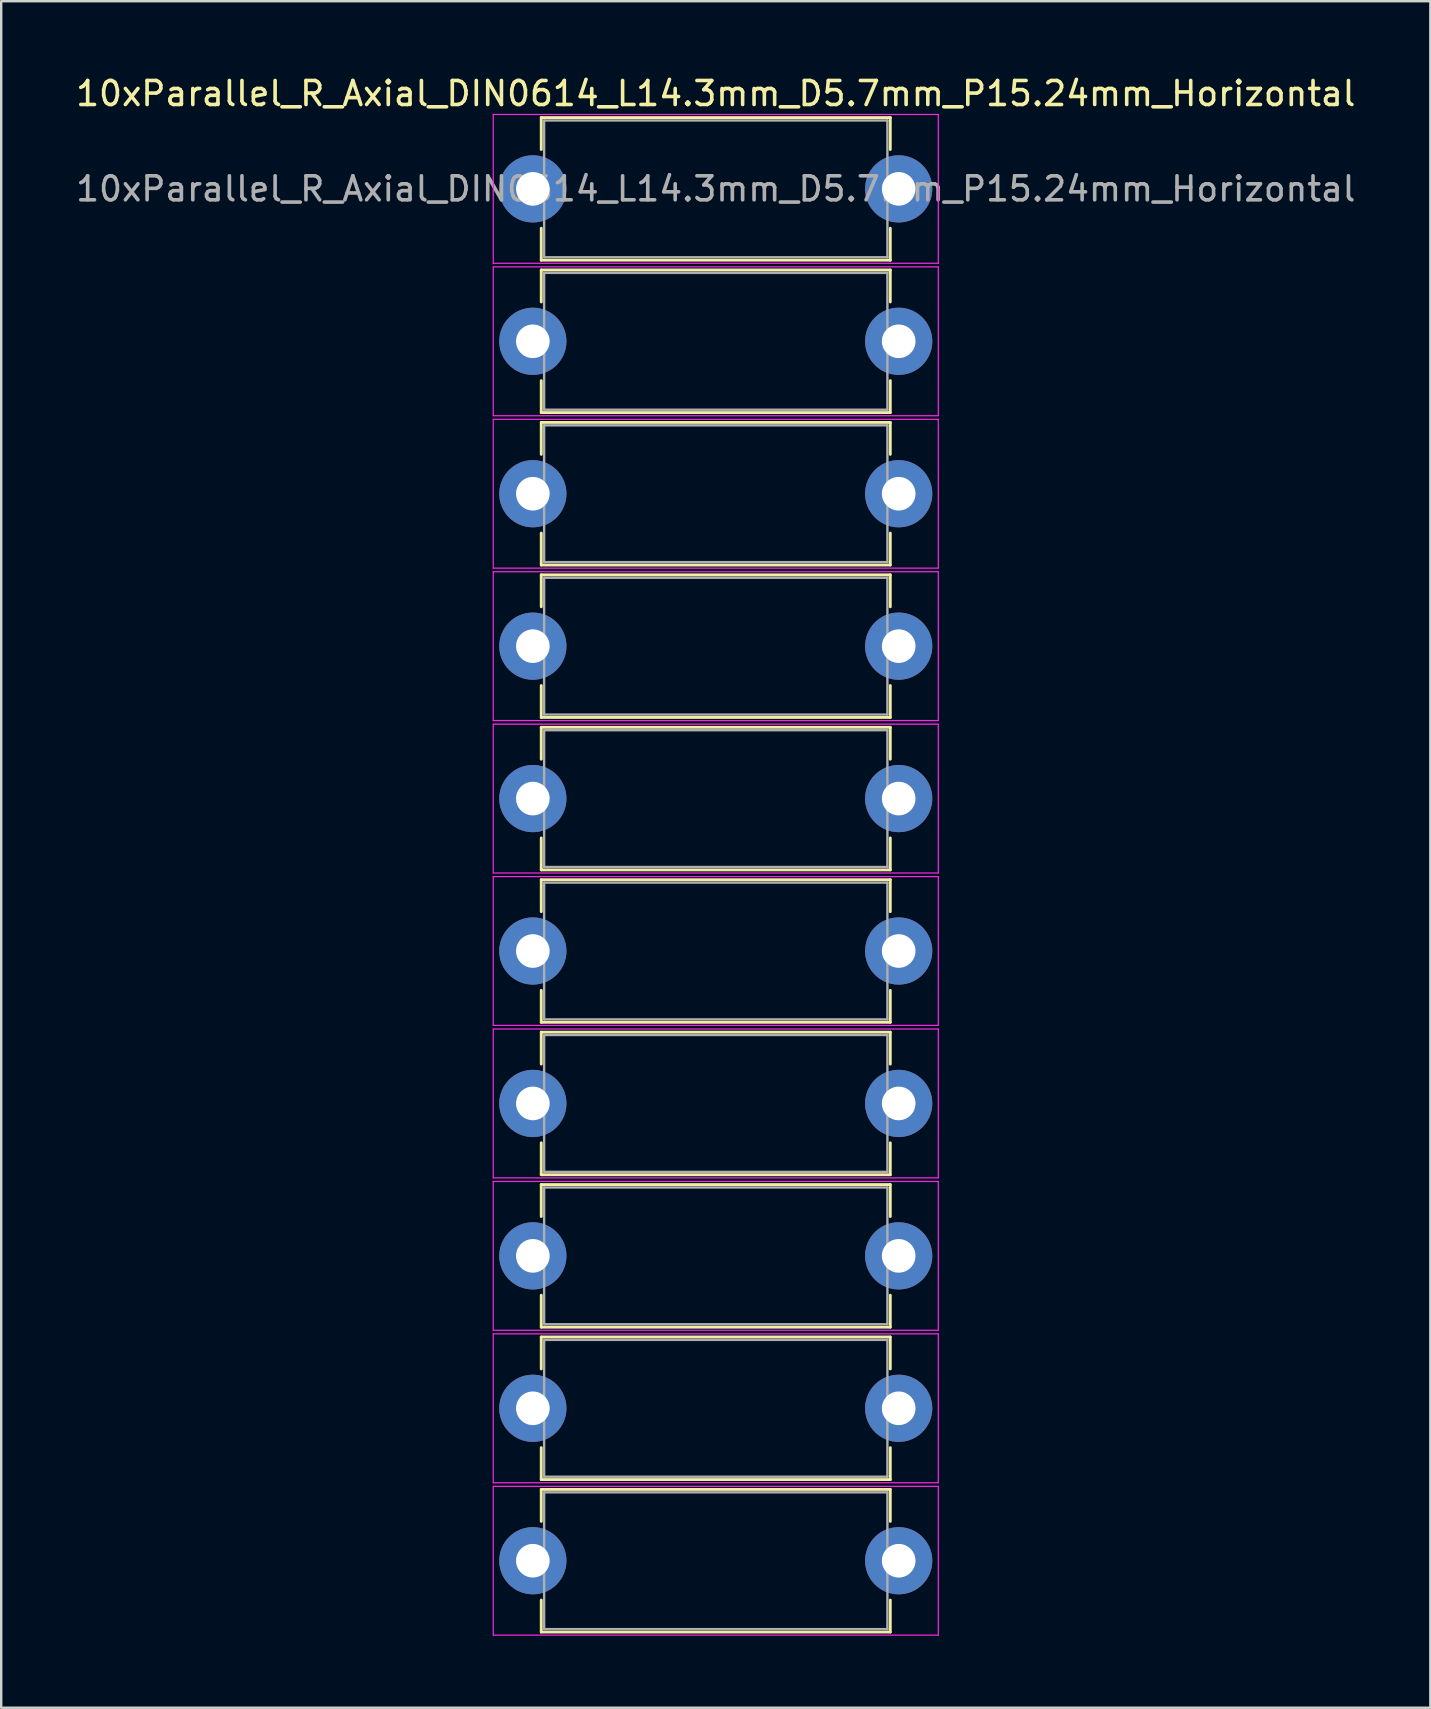
<source format=kicad_pcb>
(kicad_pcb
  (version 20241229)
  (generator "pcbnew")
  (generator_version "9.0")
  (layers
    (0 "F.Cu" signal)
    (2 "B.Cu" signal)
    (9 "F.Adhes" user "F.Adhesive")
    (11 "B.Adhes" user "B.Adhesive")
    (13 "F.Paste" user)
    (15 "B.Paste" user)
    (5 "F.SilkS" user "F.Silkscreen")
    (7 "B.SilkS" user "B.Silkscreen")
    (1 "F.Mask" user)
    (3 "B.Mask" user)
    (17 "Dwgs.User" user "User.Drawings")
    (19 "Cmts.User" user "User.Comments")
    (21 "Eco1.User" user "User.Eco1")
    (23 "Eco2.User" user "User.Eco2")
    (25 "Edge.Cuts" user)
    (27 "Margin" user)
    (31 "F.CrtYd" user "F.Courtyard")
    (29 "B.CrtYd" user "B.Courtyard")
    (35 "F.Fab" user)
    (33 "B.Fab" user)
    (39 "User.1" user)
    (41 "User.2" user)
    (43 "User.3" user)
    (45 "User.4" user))
  (footprint "10xParallel_R_Axial_DIN0614_L14.3mm_D5.7mm_P15.24mm_Horizontal"
    (layer "F.Cu")
    (at 19.148 4.818)
    (property "Reference" "10xParallel_R_Axial_DIN0614_L14.3mm_D5.7mm_P15.24mm_Horizontal" (at 7.62 -3.97 0) (layer "F.SilkS") (effects (font (size 1 1) (thickness 0.15))))
    (attr through_hole)
    (fp_line (start 0.35 -2.97) (end 14.89 -2.97) (stroke (width 0.12) (type solid)) (layer "F.SilkS"))
    (fp_line (start 0.35 -1.64) (end 0.35 -2.97) (stroke (width 0.12) (type solid)) (layer "F.SilkS"))
    (fp_line (start 0.35 1.64) (end 0.35 2.97) (stroke (width 0.12) (type solid)) (layer "F.SilkS"))
    (fp_line (start 0.35 2.97) (end 14.89 2.97) (stroke (width 0.12) (type solid)) (layer "F.SilkS"))
    (fp_line (start 0.35 3.38) (end 14.89 3.38) (stroke (width 0.12) (type solid)) (layer "F.SilkS"))
    (fp_line (start 0.35 4.71) (end 0.35 3.38) (stroke (width 0.12) (type solid)) (layer "F.SilkS"))
    (fp_line (start 0.35 7.99) (end 0.35 9.32) (stroke (width 0.12) (type solid)) (layer "F.SilkS"))
    (fp_line (start 0.35 9.32) (end 14.89 9.32) (stroke (width 0.12) (type solid)) (layer "F.SilkS"))
    (fp_line (start 0.35 9.73) (end 14.89 9.73) (stroke (width 0.12) (type solid)) (layer "F.SilkS"))
    (fp_line (start 0.35 11.06) (end 0.35 9.73) (stroke (width 0.12) (type solid)) (layer "F.SilkS"))
    (fp_line (start 0.35 14.34) (end 0.35 15.67) (stroke (width 0.12) (type solid)) (layer "F.SilkS"))
    (fp_line (start 0.35 15.67) (end 14.89 15.67) (stroke (width 0.12) (type solid)) (layer "F.SilkS"))
    (fp_line (start 0.35 16.08) (end 14.89 16.08) (stroke (width 0.12) (type solid)) (layer "F.SilkS"))
    (fp_line (start 0.35 17.41) (end 0.35 16.08) (stroke (width 0.12) (type solid)) (layer "F.SilkS"))
    (fp_line (start 0.35 20.69) (end 0.35 22.02) (stroke (width 0.12) (type solid)) (layer "F.SilkS"))
    (fp_line (start 0.35 22.02) (end 14.89 22.02) (stroke (width 0.12) (type solid)) (layer "F.SilkS"))
    (fp_line (start 0.35 22.43) (end 14.89 22.43) (stroke (width 0.12) (type solid)) (layer "F.SilkS"))
    (fp_line (start 0.35 23.76) (end 0.35 22.43) (stroke (width 0.12) (type solid)) (layer "F.SilkS"))
    (fp_line (start 0.35 27.04) (end 0.35 28.37) (stroke (width 0.12) (type solid)) (layer "F.SilkS"))
    (fp_line (start 0.35 28.37) (end 14.89 28.37) (stroke (width 0.12) (type solid)) (layer "F.SilkS"))
    (fp_line (start 0.35 28.78) (end 14.89 28.78) (stroke (width 0.12) (type solid)) (layer "F.SilkS"))
    (fp_line (start 0.35 30.11) (end 0.35 28.78) (stroke (width 0.12) (type solid)) (layer "F.SilkS"))
    (fp_line (start 0.35 33.39) (end 0.35 34.72) (stroke (width 0.12) (type solid)) (layer "F.SilkS"))
    (fp_line (start 0.35 34.72) (end 14.89 34.72) (stroke (width 0.12) (type solid)) (layer "F.SilkS"))
    (fp_line (start 0.35 35.13) (end 14.89 35.13) (stroke (width 0.12) (type solid)) (layer "F.SilkS"))
    (fp_line (start 0.35 36.46) (end 0.35 35.13) (stroke (width 0.12) (type solid)) (layer "F.SilkS"))
    (fp_line (start 0.35 39.74) (end 0.35 41.07) (stroke (width 0.12) (type solid)) (layer "F.SilkS"))
    (fp_line (start 0.35 41.07) (end 14.89 41.07) (stroke (width 0.12) (type solid)) (layer "F.SilkS"))
    (fp_line (start 0.35 41.48) (end 14.89 41.48) (stroke (width 0.12) (type solid)) (layer "F.SilkS"))
    (fp_line (start 0.35 42.81) (end 0.35 41.48) (stroke (width 0.12) (type solid)) (layer "F.SilkS"))
    (fp_line (start 0.35 46.09) (end 0.35 47.42) (stroke (width 0.12) (type solid)) (layer "F.SilkS"))
    (fp_line (start 0.35 47.42) (end 14.89 47.42) (stroke (width 0.12) (type solid)) (layer "F.SilkS"))
    (fp_line (start 0.35 47.83) (end 14.89 47.83) (stroke (width 0.12) (type solid)) (layer "F.SilkS"))
    (fp_line (start 0.35 49.16) (end 0.35 47.83) (stroke (width 0.12) (type solid)) (layer "F.SilkS"))
    (fp_line (start 0.35 52.44) (end 0.35 53.77) (stroke (width 0.12) (type solid)) (layer "F.SilkS"))
    (fp_line (start 0.35 53.77) (end 14.89 53.77) (stroke (width 0.12) (type solid)) (layer "F.SilkS"))
    (fp_line (start 0.35 54.18) (end 14.89 54.18) (stroke (width 0.12) (type solid)) (layer "F.SilkS"))
    (fp_line (start 0.35 55.51) (end 0.35 54.18) (stroke (width 0.12) (type solid)) (layer "F.SilkS"))
    (fp_line (start 0.35 58.79) (end 0.35 60.12) (stroke (width 0.12) (type solid)) (layer "F.SilkS"))
    (fp_line (start 0.35 60.12) (end 14.89 60.12) (stroke (width 0.12) (type solid)) (layer "F.SilkS"))
    (fp_line (start 14.89 -2.97) (end 14.89 -1.64) (stroke (width 0.12) (type solid)) (layer "F.SilkS"))
    (fp_line (start 14.89 2.97) (end 14.89 1.64) (stroke (width 0.12) (type solid)) (layer "F.SilkS"))
    (fp_line (start 14.89 3.38) (end 14.89 4.71) (stroke (width 0.12) (type solid)) (layer "F.SilkS"))
    (fp_line (start 14.89 9.32) (end 14.89 7.99) (stroke (width 0.12) (type solid)) (layer "F.SilkS"))
    (fp_line (start 14.89 9.73) (end 14.89 11.06) (stroke (width 0.12) (type solid)) (layer "F.SilkS"))
    (fp_line (start 14.89 15.67) (end 14.89 14.34) (stroke (width 0.12) (type solid)) (layer "F.SilkS"))
    (fp_line (start 14.89 16.08) (end 14.89 17.41) (stroke (width 0.12) (type solid)) (layer "F.SilkS"))
    (fp_line (start 14.89 22.02) (end 14.89 20.69) (stroke (width 0.12) (type solid)) (layer "F.SilkS"))
    (fp_line (start 14.89 22.43) (end 14.89 23.76) (stroke (width 0.12) (type solid)) (layer "F.SilkS"))
    (fp_line (start 14.89 28.37) (end 14.89 27.04) (stroke (width 0.12) (type solid)) (layer "F.SilkS"))
    (fp_line (start 14.89 28.78) (end 14.89 30.11) (stroke (width 0.12) (type solid)) (layer "F.SilkS"))
    (fp_line (start 14.89 34.72) (end 14.89 33.39) (stroke (width 0.12) (type solid)) (layer "F.SilkS"))
    (fp_line (start 14.89 35.13) (end 14.89 36.46) (stroke (width 0.12) (type solid)) (layer "F.SilkS"))
    (fp_line (start 14.89 41.07) (end 14.89 39.74) (stroke (width 0.12) (type solid)) (layer "F.SilkS"))
    (fp_line (start 14.89 41.48) (end 14.89 42.81) (stroke (width 0.12) (type solid)) (layer "F.SilkS"))
    (fp_line (start 14.89 47.42) (end 14.89 46.09) (stroke (width 0.12) (type solid)) (layer "F.SilkS"))
    (fp_line (start 14.89 47.83) (end 14.89 49.16) (stroke (width 0.12) (type solid)) (layer "F.SilkS"))
    (fp_line (start 14.89 53.77) (end 14.89 52.44) (stroke (width 0.12) (type solid)) (layer "F.SilkS"))
    (fp_line (start 14.89 54.18) (end 14.89 55.51) (stroke (width 0.12) (type solid)) (layer "F.SilkS"))
    (fp_line (start 14.89 60.12) (end 14.89 58.79) (stroke (width 0.12) (type solid)) (layer "F.SilkS"))
    (fp_line (start -1.65 -3.1) (end -1.65 3.1) (stroke (width 0.05) (type solid)) (layer "F.CrtYd"))
    (fp_line (start -1.65 3.1) (end 16.89 3.1) (stroke (width 0.05) (type solid)) (layer "F.CrtYd"))
    (fp_line (start -1.65 3.25) (end -1.65 9.45) (stroke (width 0.05) (type solid)) (layer "F.CrtYd"))
    (fp_line (start -1.65 9.45) (end 16.89 9.45) (stroke (width 0.05) (type solid)) (layer "F.CrtYd"))
    (fp_line (start -1.65 9.6) (end -1.65 15.8) (stroke (width 0.05) (type solid)) (layer "F.CrtYd"))
    (fp_line (start -1.65 15.8) (end 16.89 15.8) (stroke (width 0.05) (type solid)) (layer "F.CrtYd"))
    (fp_line (start -1.65 15.95) (end -1.65 22.15) (stroke (width 0.05) (type solid)) (layer "F.CrtYd"))
    (fp_line (start -1.65 22.15) (end 16.89 22.15) (stroke (width 0.05) (type solid)) (layer "F.CrtYd"))
    (fp_line (start -1.65 22.3) (end -1.65 28.5) (stroke (width 0.05) (type solid)) (layer "F.CrtYd"))
    (fp_line (start -1.65 28.5) (end 16.89 28.5) (stroke (width 0.05) (type solid)) (layer "F.CrtYd"))
    (fp_line (start -1.65 28.65) (end -1.65 34.85) (stroke (width 0.05) (type solid)) (layer "F.CrtYd"))
    (fp_line (start -1.65 34.85) (end 16.89 34.85) (stroke (width 0.05) (type solid)) (layer "F.CrtYd"))
    (fp_line (start -1.65 35) (end -1.65 41.2) (stroke (width 0.05) (type solid)) (layer "F.CrtYd"))
    (fp_line (start -1.65 41.2) (end 16.89 41.2) (stroke (width 0.05) (type solid)) (layer "F.CrtYd"))
    (fp_line (start -1.65 41.35) (end -1.65 47.55) (stroke (width 0.05) (type solid)) (layer "F.CrtYd"))
    (fp_line (start -1.65 47.55) (end 16.89 47.55) (stroke (width 0.05) (type solid)) (layer "F.CrtYd"))
    (fp_line (start -1.65 47.7) (end -1.65 53.9) (stroke (width 0.05) (type solid)) (layer "F.CrtYd"))
    (fp_line (start -1.65 53.9) (end 16.89 53.9) (stroke (width 0.05) (type solid)) (layer "F.CrtYd"))
    (fp_line (start -1.65 54.05) (end -1.65 60.25) (stroke (width 0.05) (type solid)) (layer "F.CrtYd"))
    (fp_line (start -1.65 60.25) (end 16.89 60.25) (stroke (width 0.05) (type solid)) (layer "F.CrtYd"))
    (fp_line (start 16.89 -3.1) (end -1.65 -3.1) (stroke (width 0.05) (type solid)) (layer "F.CrtYd"))
    (fp_line (start 16.89 3.1) (end 16.89 -3.1) (stroke (width 0.05) (type solid)) (layer "F.CrtYd"))
    (fp_line (start 16.89 3.25) (end -1.65 3.25) (stroke (width 0.05) (type solid)) (layer "F.CrtYd"))
    (fp_line (start 16.89 9.45) (end 16.89 3.25) (stroke (width 0.05) (type solid)) (layer "F.CrtYd"))
    (fp_line (start 16.89 9.6) (end -1.65 9.6) (stroke (width 0.05) (type solid)) (layer "F.CrtYd"))
    (fp_line (start 16.89 15.8) (end 16.89 9.6) (stroke (width 0.05) (type solid)) (layer "F.CrtYd"))
    (fp_line (start 16.89 15.95) (end -1.65 15.95) (stroke (width 0.05) (type solid)) (layer "F.CrtYd"))
    (fp_line (start 16.89 22.15) (end 16.89 15.95) (stroke (width 0.05) (type solid)) (layer "F.CrtYd"))
    (fp_line (start 16.89 22.3) (end -1.65 22.3) (stroke (width 0.05) (type solid)) (layer "F.CrtYd"))
    (fp_line (start 16.89 28.5) (end 16.89 22.3) (stroke (width 0.05) (type solid)) (layer "F.CrtYd"))
    (fp_line (start 16.89 28.65) (end -1.65 28.65) (stroke (width 0.05) (type solid)) (layer "F.CrtYd"))
    (fp_line (start 16.89 34.85) (end 16.89 28.65) (stroke (width 0.05) (type solid)) (layer "F.CrtYd"))
    (fp_line (start 16.89 35) (end -1.65 35) (stroke (width 0.05) (type solid)) (layer "F.CrtYd"))
    (fp_line (start 16.89 41.2) (end 16.89 35) (stroke (width 0.05) (type solid)) (layer "F.CrtYd"))
    (fp_line (start 16.89 41.35) (end -1.65 41.35) (stroke (width 0.05) (type solid)) (layer "F.CrtYd"))
    (fp_line (start 16.89 47.55) (end 16.89 41.35) (stroke (width 0.05) (type solid)) (layer "F.CrtYd"))
    (fp_line (start 16.89 47.7) (end -1.65 47.7) (stroke (width 0.05) (type solid)) (layer "F.CrtYd"))
    (fp_line (start 16.89 53.9) (end 16.89 47.7) (stroke (width 0.05) (type solid)) (layer "F.CrtYd"))
    (fp_line (start 16.89 54.05) (end -1.65 54.05) (stroke (width 0.05) (type solid)) (layer "F.CrtYd"))
    (fp_line (start 16.89 60.25) (end 16.89 54.05) (stroke (width 0.05) (type solid)) (layer "F.CrtYd"))
    (fp_line (start 0 0) (end 0.47 0) (stroke (width 0.1) (type solid)) (layer "F.Fab"))
    (fp_line (start 0 6.35) (end 0.47 6.35) (stroke (width 0.1) (type solid)) (layer "F.Fab"))
    (fp_line (start 0 12.7) (end 0.47 12.7) (stroke (width 0.1) (type solid)) (layer "F.Fab"))
    (fp_line (start 0 19.05) (end 0.47 19.05) (stroke (width 0.1) (type solid)) (layer "F.Fab"))
    (fp_line (start 0 25.4) (end 0.47 25.4) (stroke (width 0.1) (type solid)) (layer "F.Fab"))
    (fp_line (start 0 31.75) (end 0.47 31.75) (stroke (width 0.1) (type solid)) (layer "F.Fab"))
    (fp_line (start 0 38.1) (end 0.47 38.1) (stroke (width 0.1) (type solid)) (layer "F.Fab"))
    (fp_line (start 0 44.45) (end 0.47 44.45) (stroke (width 0.1) (type solid)) (layer "F.Fab"))
    (fp_line (start 0 50.8) (end 0.47 50.8) (stroke (width 0.1) (type solid)) (layer "F.Fab"))
    (fp_line (start 0 57.15) (end 0.47 57.15) (stroke (width 0.1) (type solid)) (layer "F.Fab"))
    (fp_line (start 0.47 -2.85) (end 0.47 2.85) (stroke (width 0.1) (type solid)) (layer "F.Fab"))
    (fp_line (start 0.47 2.85) (end 14.77 2.85) (stroke (width 0.1) (type solid)) (layer "F.Fab"))
    (fp_line (start 0.47 3.5) (end 0.47 9.2) (stroke (width 0.1) (type solid)) (layer "F.Fab"))
    (fp_line (start 0.47 9.2) (end 14.77 9.2) (stroke (width 0.1) (type solid)) (layer "F.Fab"))
    (fp_line (start 0.47 9.85) (end 0.47 15.55) (stroke (width 0.1) (type solid)) (layer "F.Fab"))
    (fp_line (start 0.47 15.55) (end 14.77 15.55) (stroke (width 0.1) (type solid)) (layer "F.Fab"))
    (fp_line (start 0.47 16.2) (end 0.47 21.9) (stroke (width 0.1) (type solid)) (layer "F.Fab"))
    (fp_line (start 0.47 21.9) (end 14.77 21.9) (stroke (width 0.1) (type solid)) (layer "F.Fab"))
    (fp_line (start 0.47 22.55) (end 0.47 28.25) (stroke (width 0.1) (type solid)) (layer "F.Fab"))
    (fp_line (start 0.47 28.25) (end 14.77 28.25) (stroke (width 0.1) (type solid)) (layer "F.Fab"))
    (fp_line (start 0.47 28.9) (end 0.47 34.6) (stroke (width 0.1) (type solid)) (layer "F.Fab"))
    (fp_line (start 0.47 34.6) (end 14.77 34.6) (stroke (width 0.1) (type solid)) (layer "F.Fab"))
    (fp_line (start 0.47 35.25) (end 0.47 40.95) (stroke (width 0.1) (type solid)) (layer "F.Fab"))
    (fp_line (start 0.47 40.95) (end 14.77 40.95) (stroke (width 0.1) (type solid)) (layer "F.Fab"))
    (fp_line (start 0.47 41.6) (end 0.47 47.3) (stroke (width 0.1) (type solid)) (layer "F.Fab"))
    (fp_line (start 0.47 47.3) (end 14.77 47.3) (stroke (width 0.1) (type solid)) (layer "F.Fab"))
    (fp_line (start 0.47 47.95) (end 0.47 53.65) (stroke (width 0.1) (type solid)) (layer "F.Fab"))
    (fp_line (start 0.47 53.65) (end 14.77 53.65) (stroke (width 0.1) (type solid)) (layer "F.Fab"))
    (fp_line (start 0.47 54.3) (end 0.47 60) (stroke (width 0.1) (type solid)) (layer "F.Fab"))
    (fp_line (start 0.47 60) (end 14.77 60) (stroke (width 0.1) (type solid)) (layer "F.Fab"))
    (fp_line (start 14.77 -2.85) (end 0.47 -2.85) (stroke (width 0.1) (type solid)) (layer "F.Fab"))
    (fp_line (start 14.77 2.85) (end 14.77 -2.85) (stroke (width 0.1) (type solid)) (layer "F.Fab"))
    (fp_line (start 14.77 3.5) (end 0.47 3.5) (stroke (width 0.1) (type solid)) (layer "F.Fab"))
    (fp_line (start 14.77 9.2) (end 14.77 3.5) (stroke (width 0.1) (type solid)) (layer "F.Fab"))
    (fp_line (start 14.77 9.85) (end 0.47 9.85) (stroke (width 0.1) (type solid)) (layer "F.Fab"))
    (fp_line (start 14.77 15.55) (end 14.77 9.85) (stroke (width 0.1) (type solid)) (layer "F.Fab"))
    (fp_line (start 14.77 16.2) (end 0.47 16.2) (stroke (width 0.1) (type solid)) (layer "F.Fab"))
    (fp_line (start 14.77 21.9) (end 14.77 16.2) (stroke (width 0.1) (type solid)) (layer "F.Fab"))
    (fp_line (start 14.77 22.55) (end 0.47 22.55) (stroke (width 0.1) (type solid)) (layer "F.Fab"))
    (fp_line (start 14.77 28.25) (end 14.77 22.55) (stroke (width 0.1) (type solid)) (layer "F.Fab"))
    (fp_line (start 14.77 28.9) (end 0.47 28.9) (stroke (width 0.1) (type solid)) (layer "F.Fab"))
    (fp_line (start 14.77 34.6) (end 14.77 28.9) (stroke (width 0.1) (type solid)) (layer "F.Fab"))
    (fp_line (start 14.77 35.25) (end 0.47 35.25) (stroke (width 0.1) (type solid)) (layer "F.Fab"))
    (fp_line (start 14.77 40.95) (end 14.77 35.25) (stroke (width 0.1) (type solid)) (layer "F.Fab"))
    (fp_line (start 14.77 41.6) (end 0.47 41.6) (stroke (width 0.1) (type solid)) (layer "F.Fab"))
    (fp_line (start 14.77 47.3) (end 14.77 41.6) (stroke (width 0.1) (type solid)) (layer "F.Fab"))
    (fp_line (start 14.77 47.95) (end 0.47 47.95) (stroke (width 0.1) (type solid)) (layer "F.Fab"))
    (fp_line (start 14.77 53.65) (end 14.77 47.95) (stroke (width 0.1) (type solid)) (layer "F.Fab"))
    (fp_line (start 14.77 54.3) (end 0.47 54.3) (stroke (width 0.1) (type solid)) (layer "F.Fab"))
    (fp_line (start 14.77 60) (end 14.77 54.3) (stroke (width 0.1) (type solid)) (layer "F.Fab"))
    (fp_line (start 15.24 0) (end 14.77 0) (stroke (width 0.1) (type solid)) (layer "F.Fab"))
    (fp_line (start 15.24 6.35) (end 14.77 6.35) (stroke (width 0.1) (type solid)) (layer "F.Fab"))
    (fp_line (start 15.24 12.7) (end 14.77 12.7) (stroke (width 0.1) (type solid)) (layer "F.Fab"))
    (fp_line (start 15.24 19.05) (end 14.77 19.05) (stroke (width 0.1) (type solid)) (layer "F.Fab"))
    (fp_line (start 15.24 25.4) (end 14.77 25.4) (stroke (width 0.1) (type solid)) (layer "F.Fab"))
    (fp_line (start 15.24 31.75) (end 14.77 31.75) (stroke (width 0.1) (type solid)) (layer "F.Fab"))
    (fp_line (start 15.24 38.1) (end 14.77 38.1) (stroke (width 0.1) (type solid)) (layer "F.Fab"))
    (fp_line (start 15.24 44.45) (end 14.77 44.45) (stroke (width 0.1) (type solid)) (layer "F.Fab"))
    (fp_line (start 15.24 50.8) (end 14.77 50.8) (stroke (width 0.1) (type solid)) (layer "F.Fab"))
    (fp_line (start 15.24 57.15) (end 14.77 57.15) (stroke (width 0.1) (type solid)) (layer "F.Fab"))
    (fp_text user "${REFERENCE}" (at 7.62 0 0) (layer "F.Fab") (effects (font (size 1 1) (thickness 0.15))))
    (pad "1" thru_hole circle (at 0 0) (size 2.8 2.8) (drill 1.4) (layers "*.Cu" "*.Mask"))
    (pad "1" thru_hole circle (at 0 6.35) (size 2.8 2.8) (drill 1.4) (layers "*.Cu" "*.Mask"))
    (pad "1" thru_hole circle (at 0 12.7) (size 2.8 2.8) (drill 1.4) (layers "*.Cu" "*.Mask"))
    (pad "1" thru_hole circle (at 0 19.05) (size 2.8 2.8) (drill 1.4) (layers "*.Cu" "*.Mask"))
    (pad "1" thru_hole circle (at 0 25.4) (size 2.8 2.8) (drill 1.4) (layers "*.Cu" "*.Mask"))
    (pad "1" thru_hole circle (at 0 31.75) (size 2.8 2.8) (drill 1.4) (layers "*.Cu" "*.Mask"))
    (pad "1" thru_hole circle (at 0 38.1) (size 2.8 2.8) (drill 1.4) (layers "*.Cu" "*.Mask"))
    (pad "1" thru_hole circle (at 0 44.45) (size 2.8 2.8) (drill 1.4) (layers "*.Cu" "*.Mask"))
    (pad "1" thru_hole circle (at 0 50.8) (size 2.8 2.8) (drill 1.4) (layers "*.Cu" "*.Mask"))
    (pad "1" thru_hole circle (at 0 57.15) (size 2.8 2.8) (drill 1.4) (layers "*.Cu" "*.Mask"))
    (pad "2" thru_hole oval (at 15.24 0) (size 2.8 2.8) (drill 1.4) (layers "*.Cu" "*.Mask"))
    (pad "2" thru_hole oval (at 15.24 6.35) (size 2.8 2.8) (drill 1.4) (layers "*.Cu" "*.Mask"))
    (pad "2" thru_hole oval (at 15.24 12.7) (size 2.8 2.8) (drill 1.4) (layers "*.Cu" "*.Mask"))
    (pad "2" thru_hole oval (at 15.24 19.05) (size 2.8 2.8) (drill 1.4) (layers "*.Cu" "*.Mask"))
    (pad "2" thru_hole oval (at 15.24 25.4) (size 2.8 2.8) (drill 1.4) (layers "*.Cu" "*.Mask"))
    (pad "2" thru_hole oval (at 15.24 31.75) (size 2.8 2.8) (drill 1.4) (layers "*.Cu" "*.Mask"))
    (pad "2" thru_hole oval (at 15.24 38.1) (size 2.8 2.8) (drill 1.4) (layers "*.Cu" "*.Mask"))
    (pad "2" thru_hole oval (at 15.24 44.45) (size 2.8 2.8) (drill 1.4) (layers "*.Cu" "*.Mask"))
    (pad "2" thru_hole oval (at 15.24 50.8) (size 2.8 2.8) (drill 1.4) (layers "*.Cu" "*.Mask"))
    (pad "2" thru_hole oval (at 15.24 57.15) (size 2.8 2.8) (drill 1.4) (layers "*.Cu" "*.Mask")))
  (gr_rect
    (start -3 -3)
    (end 56.536 68.093)
    (stroke (width 0.1) (type default))
    (fill no)
    (layer "Edge.Cuts")))
</source>
